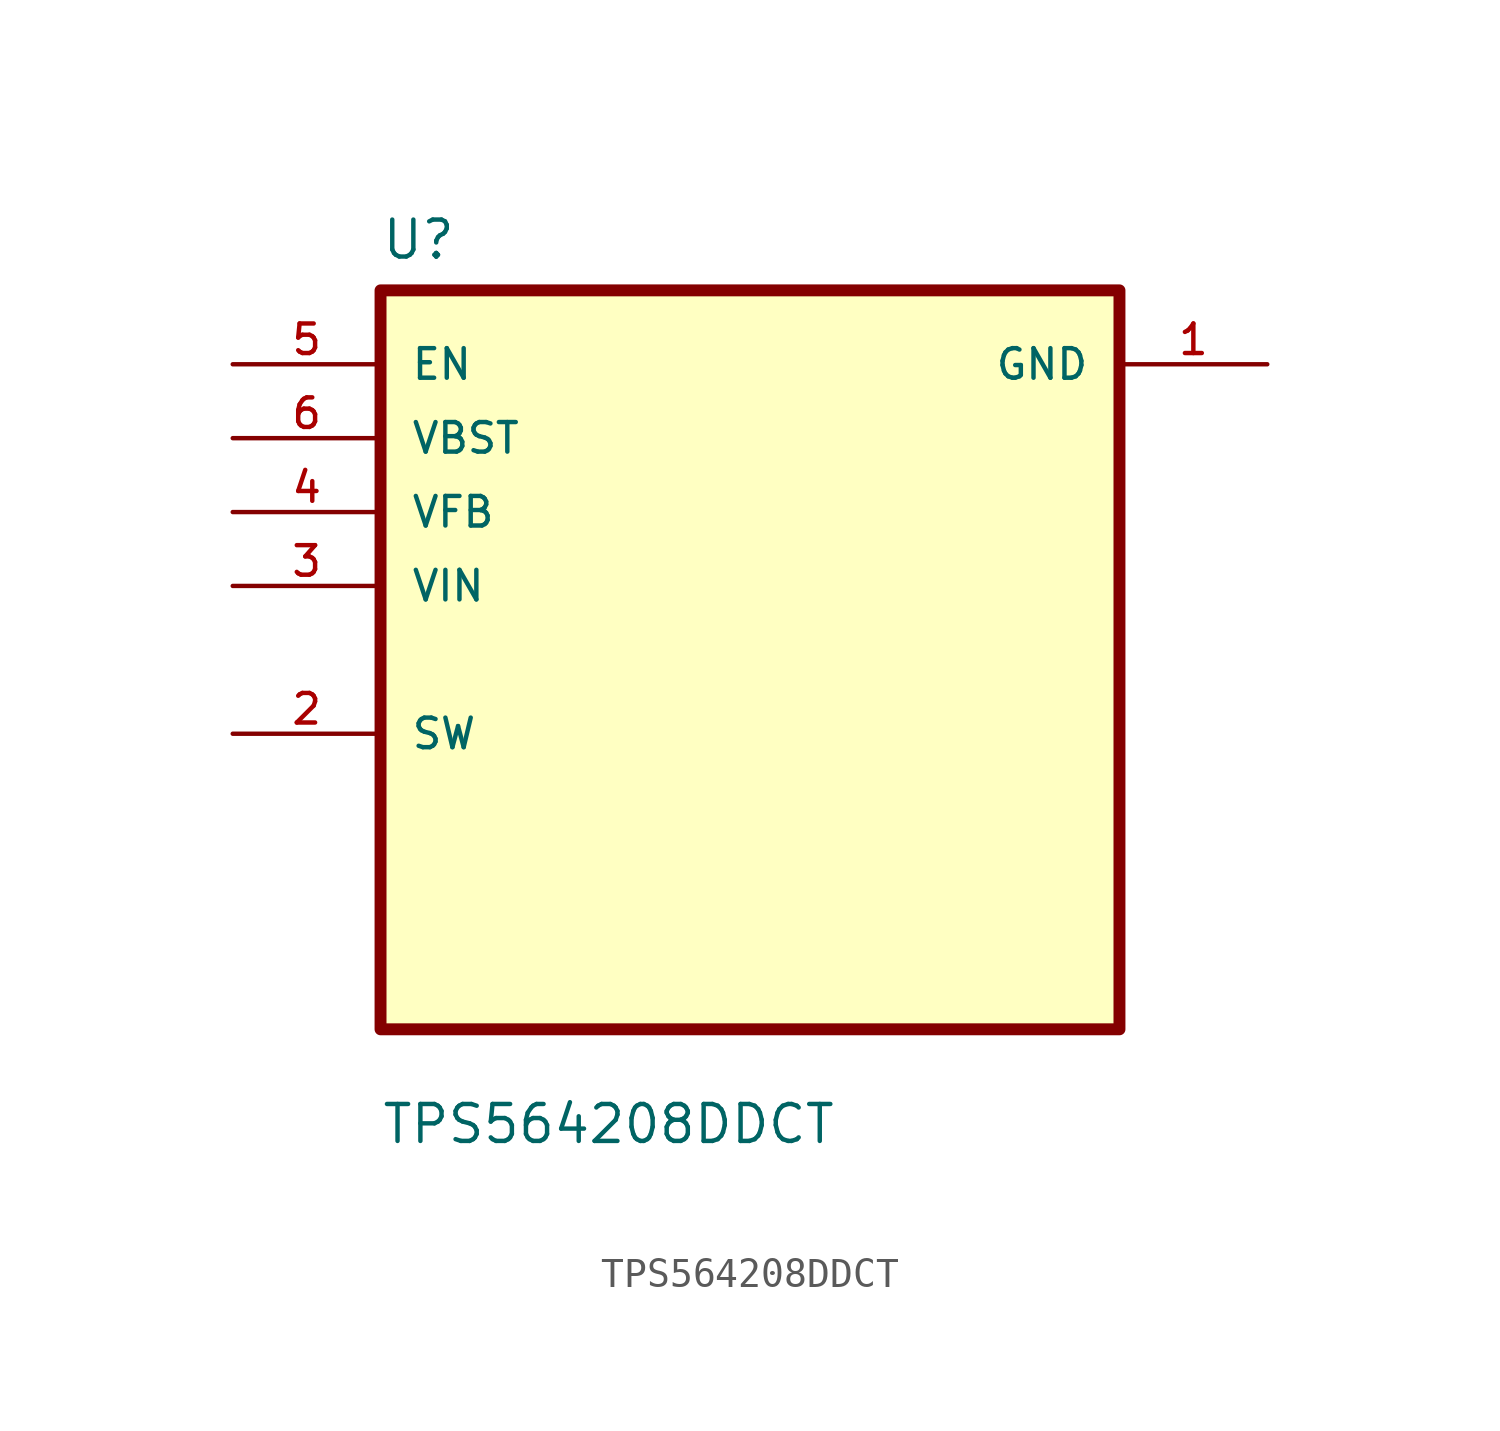
<source format=kicad_sym>
(kicad_symbol_lib
  (version 20211014)
  (generator kicad_symbol_editor)
  (symbol "TPS564208DDCT"
    (pin_names
      (offset 1.016))
    (property "Reference" "U"
      (at -12.7 13.7 0.0)
      (effects (font (size 1.27 1.27)) (justify bottom left)))
    (property "Value" "TPS564208DDCT"
      (at -12.7 -16.7 0.0)
      (effects (font (size 1.27 1.27)) (justify bottom left)))
    (symbol "TPS564208DDCT_0_0"
      (rectangle (start -12.7 -12.7) (end 12.7 12.7) (stroke (width 0.41)) (fill (type background)))
      (pin input line (at -17.78 10.16 0) (length 5.08) (name "EN" (effects (font (size 1.016 1.016)))) (number "5" (effects (font (size 1.016 1.016)))))
      (pin input line (at -17.78 7.62 0) (length 5.08) (name "VBST" (effects (font (size 1.016 1.016)))) (number "6" (effects (font (size 1.016 1.016)))))
      (pin input line (at -17.78 5.08 0) (length 5.08) (name "VFB" (effects (font (size 1.016 1.016)))) (number "4" (effects (font (size 1.016 1.016)))))
      (pin input line (at -17.78 2.54 0) (length 5.08) (name "VIN" (effects (font (size 1.016 1.016)))) (number "3" (effects (font (size 1.016 1.016)))))
      (pin bidirectional line (at -17.78 -2.54 0) (length 5.08) (name "SW" (effects (font (size 1.016 1.016)))) (number "2" (effects (font (size 1.016 1.016)))))
      (pin power_in line (at 17.78 10.16 180.0) (length 5.08) (name "GND" (effects (font (size 1.016 1.016)))) (number "1" (effects (font (size 1.016 1.016))))))))
</source>
